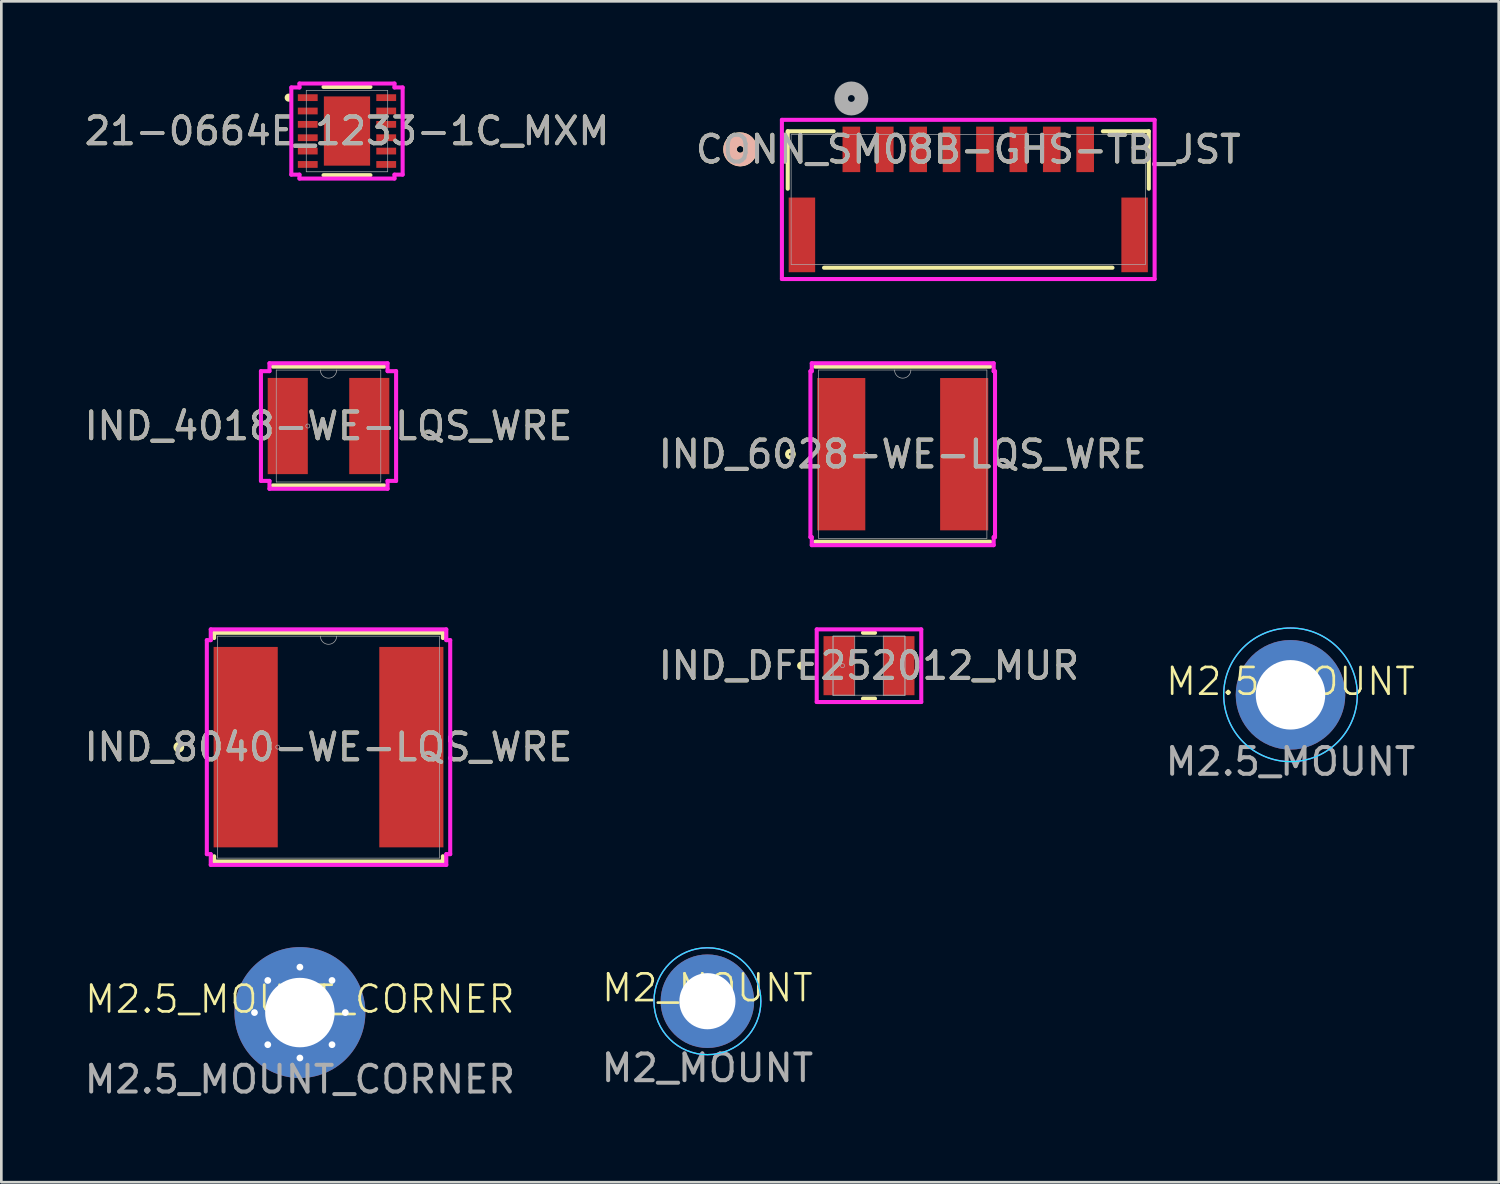
<source format=kicad_pcb>
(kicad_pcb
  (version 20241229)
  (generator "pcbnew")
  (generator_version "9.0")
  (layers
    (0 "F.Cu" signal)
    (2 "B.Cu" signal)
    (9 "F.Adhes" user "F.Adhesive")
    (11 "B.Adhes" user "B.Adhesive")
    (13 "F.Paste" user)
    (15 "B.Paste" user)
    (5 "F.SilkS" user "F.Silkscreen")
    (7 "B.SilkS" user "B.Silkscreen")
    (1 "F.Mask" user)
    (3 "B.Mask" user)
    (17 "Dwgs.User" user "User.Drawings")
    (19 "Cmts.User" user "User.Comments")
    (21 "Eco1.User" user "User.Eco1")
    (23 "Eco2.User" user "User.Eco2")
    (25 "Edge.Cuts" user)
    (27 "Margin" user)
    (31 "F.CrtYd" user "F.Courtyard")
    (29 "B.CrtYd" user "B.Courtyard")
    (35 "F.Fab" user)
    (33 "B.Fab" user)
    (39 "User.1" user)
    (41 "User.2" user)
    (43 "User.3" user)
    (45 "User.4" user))
  (footprint "M2.5_MOUNT"
    (layer "F.Cu")
    (at 45.244 22.952)
    (property "Reference" "M2.5_MOUNT" (at 0 -0.5 0) (unlocked yes) (layer "F.SilkS") (effects (font (size 1 1) (thickness 0.1))))
    (attr through_hole board_only exclude_from_pos_files exclude_from_bom)
    (fp_circle (center 0 0) (end 2.5 0) (stroke (width 0.05) (type default)) (fill no) (layer "B.CrtYd"))
    (fp_circle (center 0 0) (end 2.5 0) (stroke (width 0.05) (type default)) (fill no) (layer "F.CrtYd"))
    (fp_text user "${REFERENCE}" (at 0 2.5 0) (unlocked yes) (layer "F.Fab") (effects (font (size 1 1) (thickness 0.15))))
    (pad "1" thru_hole circle (at 0 0) (size 4.1 4.1) (drill 2.6) (layers "*.Cu" "*.Mask")))
  (footprint "CONN_SM08B-GHS-TB_JST"
    (layer "F.Cu")
    (at 33.185 4.416)
    (property "Reference" "CONN_SM08B-GHS-TB_JST" (at 0 -1.876 0) (unlocked yes) (layer "F.SilkS") (effects (font (size 1 1) (thickness 0.15))))
    (attr smd)
    (fp_line (start -6.756 -2.553) (end -6.756 -0.403) (stroke (width 0.152) (type solid)) (layer "F.SilkS"))
    (fp_line (start -5.397 2.553) (end 5.397 2.553) (stroke (width 0.152) (type solid)) (layer "F.SilkS"))
    (fp_line (start -5.038 -2.553) (end -6.756 -2.553) (stroke (width 0.152) (type solid)) (layer "F.SilkS"))
    (fp_line (start 6.756 -2.553) (end 5.038 -2.553) (stroke (width 0.152) (type solid)) (layer "F.SilkS"))
    (fp_line (start 6.756 -0.403) (end 6.756 -2.553) (stroke (width 0.152) (type solid)) (layer "F.SilkS"))
    (fp_circle (center -8.534 -1.876) (end -8.153 -1.876) (stroke (width 0.508) (type solid)) (fill no) (layer "F.SilkS"))
    (fp_circle (center -8.534 -1.876) (end -8.153 -1.876) (stroke (width 0.508) (type solid)) (fill no) (layer "B.SilkS"))
    (fp_line (start -6.974 -2.981) (end -6.974 2.975) (stroke (width 0.152) (type solid)) (layer "F.CrtYd"))
    (fp_line (start -6.974 2.975) (end 6.974 2.975) (stroke (width 0.152) (type solid)) (layer "F.CrtYd"))
    (fp_line (start 6.974 -2.981) (end -6.974 -2.981) (stroke (width 0.152) (type solid)) (layer "F.CrtYd"))
    (fp_line (start 6.974 2.975) (end 6.974 -2.981) (stroke (width 0.152) (type solid)) (layer "F.CrtYd"))
    (fp_line (start -6.629 -2.426) (end -6.629 2.426) (stroke (width 0.025) (type solid)) (layer "F.Fab"))
    (fp_line (start -6.629 2.426) (end 6.629 2.426) (stroke (width 0.025) (type solid)) (layer "F.Fab"))
    (fp_line (start 6.629 -2.426) (end -6.629 -2.426) (stroke (width 0.025) (type solid)) (layer "F.Fab"))
    (fp_line (start 6.629 2.426) (end 6.629 -2.426) (stroke (width 0.025) (type solid)) (layer "F.Fab"))
    (fp_circle (center -4.375 -3.781) (end -3.994 -3.781) (stroke (width 0.508) (type solid)) (fill no) (layer "F.Fab"))
    (fp_text user "${REFERENCE}" (at 0 -1.876 0) (unlocked yes) (layer "F.Fab") (effects (font (size 1 1) (thickness 0.15))))
    (pad "1" smd rect (at -4.375 -1.876) (size 0.66 1.702) (layers "F.Cu" "F.Mask" "F.Paste"))
    (pad "2" smd rect (at -3.125 -1.876) (size 0.66 1.702) (layers "F.Cu" "F.Mask" "F.Paste"))
    (pad "3" smd rect (at -1.875 -1.876) (size 0.66 1.702) (layers "F.Cu" "F.Mask" "F.Paste"))
    (pad "4" smd rect (at -0.625 -1.876) (size 0.66 1.702) (layers "F.Cu" "F.Mask" "F.Paste"))
    (pad "5" smd rect (at 0.625 -1.876) (size 0.66 1.702) (layers "F.Cu" "F.Mask" "F.Paste"))
    (pad "6" smd rect (at 1.875 -1.876) (size 0.66 1.702) (layers "F.Cu" "F.Mask" "F.Paste"))
    (pad "7" smd rect (at 3.125 -1.876) (size 0.66 1.702) (layers "F.Cu" "F.Mask" "F.Paste"))
    (pad "8" smd rect (at 4.375 -1.876) (size 0.66 1.702) (layers "F.Cu" "F.Mask" "F.Paste"))
    (pad "9" smd rect (at -6.225 1.324) (size 0.991 2.794) (layers "F.Cu" "F.Mask" "F.Paste"))
    (pad "10" smd rect (at 6.225 1.324) (size 0.991 2.794) (layers "F.Cu" "F.Mask" "F.Paste")))
  (footprint "IND_DFE252012_MUR"
    (layer "F.Cu")
    (at 29.47 21.862)
    (property "Reference" "IND_DFE252012_MUR" (at 0 0 0) (unlocked yes) (layer "F.SilkS") (effects (font (size 1 1) (thickness 0.15))))
    (attr smd)
    (fp_line (start -0.226 1.232) (end 0.226 1.232) (stroke (width 0.152) (type solid)) (layer "F.SilkS"))
    (fp_line (start 0.226 -1.232) (end -0.226 -1.232) (stroke (width 0.152) (type solid)) (layer "F.SilkS"))
    (fp_circle (center -2.54 0) (end -2.464 0) (stroke (width 0.152) (type solid)) (fill no) (layer "F.SilkS"))
    (fp_line (start -1.956 -1.359) (end 1.956 -1.359) (stroke (width 0.152) (type solid)) (layer "F.CrtYd"))
    (fp_line (start -1.956 1.359) (end -1.956 -1.359) (stroke (width 0.152) (type solid)) (layer "F.CrtYd"))
    (fp_line (start 1.956 -1.359) (end 1.956 1.359) (stroke (width 0.152) (type solid)) (layer "F.CrtYd"))
    (fp_line (start 1.956 1.359) (end -1.956 1.359) (stroke (width 0.152) (type solid)) (layer "F.CrtYd"))
    (fp_line (start -1.346 -1.105) (end -1.346 1.105) (stroke (width 0.025) (type solid)) (layer "F.Fab"))
    (fp_line (start -1.346 -1.105) (end -1.346 1.105) (stroke (width 0.025) (type solid)) (layer "F.Fab"))
    (fp_line (start -1.346 1.105) (end -0.533 1.105) (stroke (width 0.025) (type solid)) (layer "F.Fab"))
    (fp_line (start -1.346 1.105) (end 1.346 1.105) (stroke (width 0.025) (type solid)) (layer "F.Fab"))
    (fp_line (start -0.533 -1.105) (end -1.346 -1.105) (stroke (width 0.025) (type solid)) (layer "F.Fab"))
    (fp_line (start -0.533 1.105) (end -0.533 -1.105) (stroke (width 0.025) (type solid)) (layer "F.Fab"))
    (fp_line (start 0.533 -1.105) (end 0.533 1.105) (stroke (width 0.025) (type solid)) (layer "F.Fab"))
    (fp_line (start 0.533 1.105) (end 1.346 1.105) (stroke (width 0.025) (type solid)) (layer "F.Fab"))
    (fp_line (start 1.346 -1.105) (end -1.346 -1.105) (stroke (width 0.025) (type solid)) (layer "F.Fab"))
    (fp_line (start 1.346 -1.105) (end 0.533 -1.105) (stroke (width 0.025) (type solid)) (layer "F.Fab"))
    (fp_line (start 1.346 1.105) (end 1.346 -1.105) (stroke (width 0.025) (type solid)) (layer "F.Fab"))
    (fp_line (start 1.346 1.105) (end 1.346 -1.105) (stroke (width 0.025) (type solid)) (layer "F.Fab"))
    (fp_circle (center -0.991 0) (end -0.914 0) (stroke (width 0.025) (type solid)) (fill no) (layer "F.Fab"))
    (fp_text user "${REFERENCE}" (at 0 0 0) (unlocked yes) (layer "F.Fab") (effects (font (size 1 1) (thickness 0.15))))
    (pad "1" smd rect (at -1.118 0) (size 1.168 2.21) (layers "F.Cu" "F.Mask" "F.Paste"))
    (pad "2" smd rect (at 1.118 0) (size 1.168 2.21) (layers "F.Cu" "F.Mask" "F.Paste"))
    (zone (net_name "") (layer "F.Cu") (hatch full 0.508) (connect_pads) (min_thickness 0.254) (filled_areas_thickness no) (keepout (tracks not_allowed) (vias not_allowed) (pads allowed) (copperpour not_allowed) (footprints allowed)) (placement (enabled no)) (fill) (polygon (pts (xy 28.988 20.808) (xy 29.953 20.808) (xy 29.953 22.916) (xy 28.988 22.916)))))
  (footprint "21-0664E_1233-1C_MXM"
    (layer "F.Cu")
    (at 9.935 1.854)
    (property "Reference" "21-0664E_1233-1C_MXM" (at 0 0 0) (unlocked yes) (layer "F.SilkS") (effects (font (size 1 1) (thickness 0.15))))
    (attr smd)
    (fp_line (start -0.878 1.651) (end 0.878 1.651) (stroke (width 0.152) (type solid)) (layer "F.SilkS"))
    (fp_line (start 0.878 -1.651) (end -0.878 -1.651) (stroke (width 0.152) (type solid)) (layer "F.SilkS"))
    (fp_arc (start -2.16154 -1.176171) (mid -2.2566 -1.25) (end -2.16154 -1.323829) (stroke (width 0.1524) (type solid)) (layer "F.SilkS"))
    (fp_poly (pts (xy -0.802 -1.195) (xy -0.802 -0.1) (xy 0.802 -0.1) (xy 0.802 -1.195)) (stroke (width 0) (type solid)) (fill yes) (layer "F.Paste"))
    (fp_poly (pts (xy -0.802 0.1) (xy -0.802 1.195) (xy 0.802 1.195) (xy 0.802 0.1)) (stroke (width 0) (type solid)) (fill yes) (layer "F.Paste"))
    (fp_line (start -2.083 -1.631) (end -1.778 -1.631) (stroke (width 0.152) (type solid)) (layer "F.CrtYd"))
    (fp_line (start -2.083 1.631) (end -2.083 -1.631) (stroke (width 0.152) (type solid)) (layer "F.CrtYd"))
    (fp_line (start -2.083 1.631) (end -1.778 1.631) (stroke (width 0.152) (type solid)) (layer "F.CrtYd"))
    (fp_line (start -1.778 -1.778) (end 1.778 -1.778) (stroke (width 0.152) (type solid)) (layer "F.CrtYd"))
    (fp_line (start -1.778 -1.631) (end -1.778 -1.778) (stroke (width 0.152) (type solid)) (layer "F.CrtYd"))
    (fp_line (start -1.778 1.778) (end -1.778 1.631) (stroke (width 0.152) (type solid)) (layer "F.CrtYd"))
    (fp_line (start 1.778 -1.778) (end 1.778 -1.631) (stroke (width 0.152) (type solid)) (layer "F.CrtYd"))
    (fp_line (start 1.778 1.631) (end 1.778 1.778) (stroke (width 0.152) (type solid)) (layer "F.CrtYd"))
    (fp_line (start 1.778 1.778) (end -1.778 1.778) (stroke (width 0.152) (type solid)) (layer "F.CrtYd"))
    (fp_line (start 2.083 -1.631) (end 1.778 -1.631) (stroke (width 0.152) (type solid)) (layer "F.CrtYd"))
    (fp_line (start 2.083 -1.631) (end 2.083 1.631) (stroke (width 0.152) (type solid)) (layer "F.CrtYd"))
    (fp_line (start 2.083 1.631) (end 1.778 1.631) (stroke (width 0.152) (type solid)) (layer "F.CrtYd"))
    (fp_line (start -1.524 -1.524) (end -1.524 1.524) (stroke (width 0.025) (type solid)) (layer "F.Fab"))
    (fp_line (start -1.524 1.524) (end 1.524 1.524) (stroke (width 0.025) (type solid)) (layer "F.Fab"))
    (fp_line (start 1.524 -1.524) (end -1.524 -1.524) (stroke (width 0.025) (type solid)) (layer "F.Fab"))
    (fp_line (start 1.524 1.524) (end 1.524 -1.524) (stroke (width 0.025) (type solid)) (layer "F.Fab"))
    (fp_text user "${REFERENCE}" (at 0 0 0) (unlocked yes) (layer "F.Fab") (effects (font (size 1 1) (thickness 0.15))))
    (pad "1" smd rect (at -1.468 -1.25) (size 0.742 0.254) (layers "F.Cu" "F.Mask" "F.Paste"))
    (pad "2" smd rect (at -1.468 -0.75) (size 0.742 0.254) (layers "F.Cu" "F.Mask" "F.Paste"))
    (pad "3" smd rect (at -1.468 -0.25) (size 0.742 0.254) (layers "F.Cu" "F.Mask" "F.Paste"))
    (pad "4" smd rect (at -1.468 0.25) (size 0.742 0.254) (layers "F.Cu" "F.Mask" "F.Paste"))
    (pad "5" smd rect (at -1.468 0.75) (size 0.742 0.254) (layers "F.Cu" "F.Mask" "F.Paste"))
    (pad "6" smd rect (at -1.468 1.25) (size 0.742 0.254) (layers "F.Cu" "F.Mask" "F.Paste"))
    (pad "7" smd rect (at 1.468 1.25) (size 0.742 0.254) (layers "F.Cu" "F.Mask" "F.Paste"))
    (pad "8" smd rect (at 1.468 0.75) (size 0.742 0.254) (layers "F.Cu" "F.Mask" "F.Paste"))
    (pad "9" smd rect (at 1.468 0.25) (size 0.742 0.254) (layers "F.Cu" "F.Mask" "F.Paste"))
    (pad "10" smd rect (at 1.468 -0.25) (size 0.742 0.254) (layers "F.Cu" "F.Mask" "F.Paste"))
    (pad "11" smd rect (at 1.468 -0.75) (size 0.742 0.254) (layers "F.Cu" "F.Mask" "F.Paste"))
    (pad "12" smd rect (at 1.468 -1.25) (size 0.742 0.254) (layers "F.Cu" "F.Mask" "F.Paste"))
    (pad "13" smd rect (at 0 0) (size 1.73 2.591) (layers "F.Cu" "F.Mask" "F.Paste")))
  (footprint "IND_6028-WE-LQS_WRE"
    (layer "F.Cu")
    (at 30.732 13.947)
    (property "Reference" "IND_6028-WE-LQS_WRE" (at 0 0 0) (unlocked yes) (layer "F.SilkS") (effects (font (size 1 1) (thickness 0.15))))
    (attr smd)
    (fp_line (start -3.277 3.277) (end 3.277 3.277) (stroke (width 0.152) (type solid)) (layer "F.SilkS"))
    (fp_line (start 3.277 -3.277) (end -3.277 -3.277) (stroke (width 0.152) (type solid)) (layer "F.SilkS"))
    (fp_circle (center -4.202 0) (end -4.075 0) (stroke (width 0.152) (type solid)) (fill no) (layer "F.SilkS"))
    (fp_line (start -3.454 -3.104) (end -3.404 -3.104) (stroke (width 0.152) (type solid)) (layer "F.CrtYd"))
    (fp_line (start -3.454 3.104) (end -3.454 -3.104) (stroke (width 0.152) (type solid)) (layer "F.CrtYd"))
    (fp_line (start -3.454 3.104) (end -3.404 3.104) (stroke (width 0.152) (type solid)) (layer "F.CrtYd"))
    (fp_line (start -3.404 -3.404) (end 3.404 -3.404) (stroke (width 0.152) (type solid)) (layer "F.CrtYd"))
    (fp_line (start -3.404 -3.104) (end -3.404 -3.404) (stroke (width 0.152) (type solid)) (layer "F.CrtYd"))
    (fp_line (start -3.404 3.404) (end -3.404 3.104) (stroke (width 0.152) (type solid)) (layer "F.CrtYd"))
    (fp_line (start 3.404 -3.404) (end 3.404 -3.104) (stroke (width 0.152) (type solid)) (layer "F.CrtYd"))
    (fp_line (start 3.404 3.104) (end 3.404 3.404) (stroke (width 0.152) (type solid)) (layer "F.CrtYd"))
    (fp_line (start 3.404 3.404) (end -3.404 3.404) (stroke (width 0.152) (type solid)) (layer "F.CrtYd"))
    (fp_line (start 3.454 -3.104) (end 3.404 -3.104) (stroke (width 0.152) (type solid)) (layer "F.CrtYd"))
    (fp_line (start 3.454 -3.104) (end 3.454 3.104) (stroke (width 0.152) (type solid)) (layer "F.CrtYd"))
    (fp_line (start 3.454 3.104) (end 3.404 3.104) (stroke (width 0.152) (type solid)) (layer "F.CrtYd"))
    (fp_line (start -3.15 -3.15) (end -3.15 3.15) (stroke (width 0.025) (type solid)) (layer "F.Fab"))
    (fp_line (start -3.15 3.15) (end 3.15 3.15) (stroke (width 0.025) (type solid)) (layer "F.Fab"))
    (fp_line (start 3.15 -3.15) (end -3.15 -3.15) (stroke (width 0.025) (type solid)) (layer "F.Fab"))
    (fp_line (start 3.15 3.15) (end 3.15 -3.15) (stroke (width 0.025) (type solid)) (layer "F.Fab"))
    (fp_arc (start 0.3048 -3.1496) (mid 0 -2.8448) (end -0.3048 -3.1496) (stroke (width 0.0254) (type solid)) (layer "F.Fab"))
    (fp_circle (center -1.4 0) (end -1.324 0) (stroke (width 0.025) (type solid)) (fill no) (layer "F.Fab"))
    (fp_text user "${REFERENCE}" (at 0 0 0) (unlocked yes) (layer "F.Fab") (effects (font (size 1 1) (thickness 0.15))))
    (pad "1" smd rect (at -2.3 0) (size 1.8 5.7) (layers "F.Cu" "F.Mask" "F.Paste"))
    (pad "2" smd rect (at 2.3 0) (size 1.8 5.7) (layers "F.Cu" "F.Mask" "F.Paste")))
  (footprint "IND_4018-WE-LQS_WRE"
    (layer "F.Cu")
    (at 9.244 12.893)
    (property "Reference" "IND_4018-WE-LQS_WRE" (at 0 0 0) (unlocked yes) (layer "F.SilkS") (effects (font (size 1 1) (thickness 0.15))))
    (attr smd)
    (fp_line (start -2.083 2.223) (end 2.083 2.223) (stroke (width 0.152) (type solid)) (layer "F.SilkS"))
    (fp_line (start 2.083 -2.223) (end -2.083 -2.223) (stroke (width 0.152) (type solid)) (layer "F.SilkS"))
    (fp_line (start -2.529 -2.054) (end -2.21 -2.054) (stroke (width 0.152) (type solid)) (layer "F.CrtYd"))
    (fp_line (start -2.529 2.054) (end -2.529 -2.054) (stroke (width 0.152) (type solid)) (layer "F.CrtYd"))
    (fp_line (start -2.529 2.054) (end -2.21 2.054) (stroke (width 0.152) (type solid)) (layer "F.CrtYd"))
    (fp_line (start -2.21 -2.349) (end 2.21 -2.349) (stroke (width 0.152) (type solid)) (layer "F.CrtYd"))
    (fp_line (start -2.21 -2.054) (end -2.21 -2.349) (stroke (width 0.152) (type solid)) (layer "F.CrtYd"))
    (fp_line (start -2.21 2.349) (end -2.21 2.054) (stroke (width 0.152) (type solid)) (layer "F.CrtYd"))
    (fp_line (start 2.21 -2.349) (end 2.21 -2.054) (stroke (width 0.152) (type solid)) (layer "F.CrtYd"))
    (fp_line (start 2.21 2.054) (end 2.21 2.349) (stroke (width 0.152) (type solid)) (layer "F.CrtYd"))
    (fp_line (start 2.21 2.349) (end -2.21 2.349) (stroke (width 0.152) (type solid)) (layer "F.CrtYd"))
    (fp_line (start 2.529 -2.054) (end 2.21 -2.054) (stroke (width 0.152) (type solid)) (layer "F.CrtYd"))
    (fp_line (start 2.529 -2.054) (end 2.529 2.054) (stroke (width 0.152) (type solid)) (layer "F.CrtYd"))
    (fp_line (start 2.529 2.054) (end 2.21 2.054) (stroke (width 0.152) (type solid)) (layer "F.CrtYd"))
    (fp_line (start -1.956 -2.095) (end -1.956 2.095) (stroke (width 0.025) (type solid)) (layer "F.Fab"))
    (fp_line (start -1.956 2.095) (end 1.956 2.095) (stroke (width 0.025) (type solid)) (layer "F.Fab"))
    (fp_line (start 1.956 -2.095) (end -1.956 -2.095) (stroke (width 0.025) (type solid)) (layer "F.Fab"))
    (fp_line (start 1.956 2.095) (end 1.956 -2.095) (stroke (width 0.025) (type solid)) (layer "F.Fab"))
    (fp_arc (start 0.3048 -2.0955) (mid 0 -1.7907) (end -0.3048 -2.0955) (stroke (width 0.0254) (type solid)) (layer "F.Fab"))
    (fp_circle (center -0.775 0) (end -0.699 0) (stroke (width 0.025) (type solid)) (fill no) (layer "F.Fab"))
    (fp_text user "${REFERENCE}" (at 0 0 0) (unlocked yes) (layer "F.Fab") (effects (font (size 1 1) (thickness 0.15))))
    (pad "1" smd rect (at -1.525 0) (size 1.5 3.6) (layers "F.Cu" "F.Mask" "F.Paste"))
    (pad "2" smd rect (at 1.525 0) (size 1.5 3.6) (layers "F.Cu" "F.Mask" "F.Paste")))
  (footprint "IND_8040-WE-LQS_WRE"
    (layer "F.Cu")
    (at 9.244 24.91)
    (property "Reference" "IND_8040-WE-LQS_WRE" (at 0 0 0) (unlocked yes) (layer "F.SilkS") (effects (font (size 1 1) (thickness 0.15))))
    (attr smd)
    (fp_line (start -4.28 -4.28) (end -4.28 -4.083) (stroke (width 0.152) (type solid)) (layer "F.SilkS"))
    (fp_line (start -4.28 4.083) (end -4.28 4.28) (stroke (width 0.152) (type solid)) (layer "F.SilkS"))
    (fp_line (start -4.28 4.28) (end 4.28 4.28) (stroke (width 0.152) (type solid)) (layer "F.SilkS"))
    (fp_line (start 4.28 -4.28) (end -4.28 -4.28) (stroke (width 0.152) (type solid)) (layer "F.SilkS"))
    (fp_line (start 4.28 -4.083) (end 4.28 -4.28) (stroke (width 0.152) (type solid)) (layer "F.SilkS"))
    (fp_line (start 4.28 4.28) (end 4.28 4.083) (stroke (width 0.152) (type solid)) (layer "F.SilkS"))
    (fp_circle (center -5.602 0) (end -5.475 0) (stroke (width 0.152) (type solid)) (fill no) (layer "F.SilkS"))
    (fp_line (start -4.554 -4.004) (end -4.407 -4.004) (stroke (width 0.152) (type solid)) (layer "F.CrtYd"))
    (fp_line (start -4.554 4.004) (end -4.554 -4.004) (stroke (width 0.152) (type solid)) (layer "F.CrtYd"))
    (fp_line (start -4.554 4.004) (end -4.407 4.004) (stroke (width 0.152) (type solid)) (layer "F.CrtYd"))
    (fp_line (start -4.407 -4.407) (end 4.407 -4.407) (stroke (width 0.152) (type solid)) (layer "F.CrtYd"))
    (fp_line (start -4.407 -4.004) (end -4.407 -4.407) (stroke (width 0.152) (type solid)) (layer "F.CrtYd"))
    (fp_line (start -4.407 4.407) (end -4.407 4.004) (stroke (width 0.152) (type solid)) (layer "F.CrtYd"))
    (fp_line (start 4.407 -4.407) (end 4.407 -4.004) (stroke (width 0.152) (type solid)) (layer "F.CrtYd"))
    (fp_line (start 4.407 4.004) (end 4.407 4.407) (stroke (width 0.152) (type solid)) (layer "F.CrtYd"))
    (fp_line (start 4.407 4.407) (end -4.407 4.407) (stroke (width 0.152) (type solid)) (layer "F.CrtYd"))
    (fp_line (start 4.554 -4.004) (end 4.407 -4.004) (stroke (width 0.152) (type solid)) (layer "F.CrtYd"))
    (fp_line (start 4.554 -4.004) (end 4.554 4.004) (stroke (width 0.152) (type solid)) (layer "F.CrtYd"))
    (fp_line (start 4.554 4.004) (end 4.407 4.004) (stroke (width 0.152) (type solid)) (layer "F.CrtYd"))
    (fp_line (start -4.153 -4.153) (end -4.153 4.153) (stroke (width 0.025) (type solid)) (layer "F.Fab"))
    (fp_line (start -4.153 4.153) (end 4.153 4.153) (stroke (width 0.025) (type solid)) (layer "F.Fab"))
    (fp_line (start 4.153 -4.153) (end -4.153 -4.153) (stroke (width 0.025) (type solid)) (layer "F.Fab"))
    (fp_line (start 4.153 4.153) (end 4.153 -4.153) (stroke (width 0.025) (type solid)) (layer "F.Fab"))
    (fp_arc (start 0.3048 -4.1529) (mid 0 -3.8481) (end -0.3048 -4.1529) (stroke (width 0.0254) (type solid)) (layer "F.Fab"))
    (fp_circle (center -1.9 0) (end -1.824 0) (stroke (width 0.025) (type solid)) (fill no) (layer "F.Fab"))
    (fp_text user "${REFERENCE}" (at 0 0 0) (unlocked yes) (layer "F.Fab") (effects (font (size 1 1) (thickness 0.15))))
    (pad "1" smd rect (at -3.1 0) (size 2.4 7.5) (layers "F.Cu" "F.Mask" "F.Paste"))
    (pad "2" smd rect (at 3.1 0) (size 2.4 7.5) (layers "F.Cu" "F.Mask" "F.Paste")))
  (footprint "M2_MOUNT"
    (layer "F.Cu")
    (at 23.423 34.418)
    (property "Reference" "M2_MOUNT" (at 0 -0.5 0) (unlocked yes) (layer "F.SilkS") (effects (font (size 1 1) (thickness 0.1))))
    (attr through_hole)
    (fp_circle (center 0 0) (end 1.6 1.2) (stroke (width 0.05) (type default)) (fill no) (layer "B.CrtYd"))
    (fp_circle (center 0 0) (end 1.6 1.2) (stroke (width 0.05) (type default)) (fill no) (layer "F.CrtYd"))
    (fp_text user "${REFERENCE}" (at 0 2.5 0) (unlocked yes) (layer "F.Fab") (effects (font (size 1 1) (thickness 0.15))))
    (pad "1" thru_hole circle (at 0 0) (size 3.5 3.5) (drill 2.1) (layers "*.Cu" "*.Mask")))
  (footprint "M2.5_MOUNT_CORNER"
    (layer "F.Cu")
    (at 8.173 34.843)
    (property "Reference" "M2.5_MOUNT_CORNER" (at 0 -0.5 0) (unlocked yes) (layer "F.SilkS") (effects (font (size 1 1) (thickness 0.1))))
    (attr through_hole)
    (fp_text user "${REFERENCE}" (at 0 2.5 0) (unlocked yes) (layer "F.Fab") (effects (font (size 1 1) (thickness 0.15))))
    (pad "1" thru_hole circle (at -1.7 0) (size 0.458 0.458) (drill 0.254) (layers "*.Cu" "*.Mask"))
    (pad "1" thru_hole circle (at -1.202 -1.202) (size 0.458 0.458) (drill 0.254) (layers "*.Cu" "*.Mask"))
    (pad "1" thru_hole circle (at -1.202 1.202) (size 0.458 0.458) (drill 0.254) (layers "*.Cu" "*.Mask"))
    (pad "1" thru_hole circle (at 0 -1.7) (size 0.458 0.458) (drill 0.254) (layers "*.Cu" "*.Mask"))
    (pad "1" thru_hole circle (at 0 0) (size 4.9 4.9) (drill 2.6) (layers "*.Cu" "*.Mask"))
    (pad "1" thru_hole circle (at 0 1.7) (size 0.458 0.458) (drill 0.254) (layers "*.Cu" "*.Mask"))
    (pad "1" thru_hole circle (at 1.202 -1.202) (size 0.458 0.458) (drill 0.254) (layers "*.Cu" "*.Mask"))
    (pad "1" thru_hole circle (at 1.202 1.202) (size 0.458 0.458) (drill 0.254) (layers "*.Cu" "*.Mask"))
    (pad "1" thru_hole circle (at 1.7 0) (size 0.458 0.458) (drill 0.254) (layers "*.Cu" "*.Mask")))
  (gr_rect
    (start -3 -3)
    (end 53.036 41.191)
    (stroke (width 0.1) (type default))
    (fill no)
    (layer "Edge.Cuts")))
</source>
